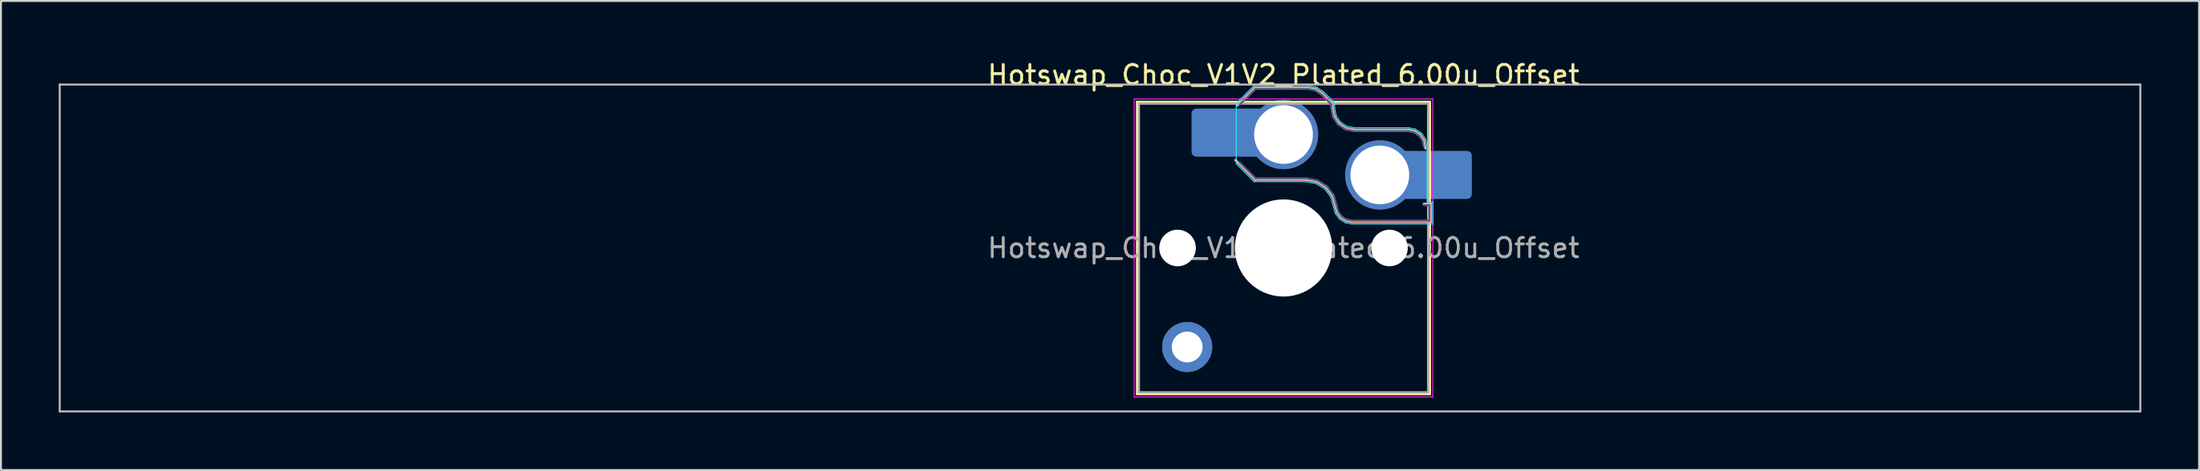
<source format=kicad_pcb>
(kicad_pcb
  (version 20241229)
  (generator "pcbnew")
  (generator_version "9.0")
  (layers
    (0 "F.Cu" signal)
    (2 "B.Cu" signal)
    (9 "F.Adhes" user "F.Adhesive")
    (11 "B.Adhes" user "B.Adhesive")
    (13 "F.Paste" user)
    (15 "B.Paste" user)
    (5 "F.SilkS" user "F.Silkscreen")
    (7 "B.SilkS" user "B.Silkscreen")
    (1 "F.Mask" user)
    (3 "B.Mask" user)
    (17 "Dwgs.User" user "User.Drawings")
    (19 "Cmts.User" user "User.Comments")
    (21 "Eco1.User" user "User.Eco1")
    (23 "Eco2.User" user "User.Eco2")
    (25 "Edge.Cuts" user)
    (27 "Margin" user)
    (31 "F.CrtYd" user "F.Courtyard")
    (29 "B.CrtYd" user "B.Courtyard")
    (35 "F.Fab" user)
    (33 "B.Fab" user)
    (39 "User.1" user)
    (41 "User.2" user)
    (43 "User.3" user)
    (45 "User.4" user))
  (footprint "Hotswap_Choc_V1V2_Plated_6.00u_Offset"
    (layer "F.Cu")
    (at 63.575 9.848)
    (property "Reference" "Hotswap_Choc_V1V2_Plated_6.00u_Offset" (at 0 -9 0) (layer "F.SilkS") (effects (font (size 1 1) (thickness 0.15))))
    (attr smd)
    (fp_line (start -7.6 -7.6) (end -7.6 7.6) (stroke (width 0.12) (type solid)) (layer "F.SilkS"))
    (fp_line (start -7.6 7.6) (end 7.6 7.6) (stroke (width 0.12) (type solid)) (layer "F.SilkS"))
    (fp_line (start 7.6 -7.6) (end -7.6 -7.6) (stroke (width 0.12) (type solid)) (layer "F.SilkS"))
    (fp_line (start 7.6 7.6) (end 7.6 -7.6) (stroke (width 0.12) (type solid)) (layer "F.SilkS"))
    (fp_line (start -2.416 -7.409) (end -1.479 -8.346) (stroke (width 0.12) (type solid)) (layer "B.SilkS"))
    (fp_line (start -1.479 -8.346) (end 1.268 -8.346) (stroke (width 0.12) (type solid)) (layer "B.SilkS"))
    (fp_line (start -1.479 -3.554) (end -2.5 -4.575) (stroke (width 0.12) (type solid)) (layer "B.SilkS"))
    (fp_line (start 1.168 -3.554) (end -1.479 -3.554) (stroke (width 0.12) (type solid)) (layer "B.SilkS"))
    (fp_line (start 1.268 -8.346) (end 1.671 -8.266) (stroke (width 0.12) (type solid)) (layer "B.SilkS"))
    (fp_line (start 1.671 -8.266) (end 2.013 -8.037) (stroke (width 0.12) (type solid)) (layer "B.SilkS"))
    (fp_line (start 1.73 -3.449) (end 1.168 -3.554) (stroke (width 0.12) (type solid)) (layer "B.SilkS"))
    (fp_line (start 2.013 -8.037) (end 2.546 -7.504) (stroke (width 0.12) (type solid)) (layer "B.SilkS"))
    (fp_line (start 2.209 -3.15) (end 1.73 -3.449) (stroke (width 0.12) (type solid)) (layer "B.SilkS"))
    (fp_line (start 2.546 -7.504) (end 2.546 -7.282) (stroke (width 0.12) (type solid)) (layer "B.SilkS"))
    (fp_line (start 2.546 -7.282) (end 2.633 -6.844) (stroke (width 0.12) (type solid)) (layer "B.SilkS"))
    (fp_line (start 2.547 -2.697) (end 2.209 -3.15) (stroke (width 0.12) (type solid)) (layer "B.SilkS"))
    (fp_line (start 2.633 -6.844) (end 2.877 -6.477) (stroke (width 0.12) (type solid)) (layer "B.SilkS"))
    (fp_line (start 2.701 -2.139) (end 2.547 -2.697) (stroke (width 0.12) (type solid)) (layer "B.SilkS"))
    (fp_line (start 2.783 -1.841) (end 2.701 -2.139) (stroke (width 0.12) (type solid)) (layer "B.SilkS"))
    (fp_line (start 2.877 -6.477) (end 3.244 -6.233) (stroke (width 0.12) (type solid)) (layer "B.SilkS"))
    (fp_line (start 2.976 -1.583) (end 2.783 -1.841) (stroke (width 0.12) (type solid)) (layer "B.SilkS"))
    (fp_line (start 3.244 -6.233) (end 3.682 -6.146) (stroke (width 0.12) (type solid)) (layer "B.SilkS"))
    (fp_line (start 3.25 -1.413) (end 2.976 -1.583) (stroke (width 0.12) (type solid)) (layer "B.SilkS"))
    (fp_line (start 3.56 -1.354) (end 3.25 -1.413) (stroke (width 0.12) (type solid)) (layer "B.SilkS"))
    (fp_line (start 3.682 -6.146) (end 6.482 -6.146) (stroke (width 0.12) (type solid)) (layer "B.SilkS"))
    (fp_line (start 6.482 -6.146) (end 6.809 -6.081) (stroke (width 0.12) (type solid)) (layer "B.SilkS"))
    (fp_line (start 6.809 -6.081) (end 7.092 -5.892) (stroke (width 0.12) (type solid)) (layer "B.SilkS"))
    (fp_line (start 7.092 -5.892) (end 7.281 -5.609) (stroke (width 0.12) (type solid)) (layer "B.SilkS"))
    (fp_line (start 7.281 -5.609) (end 7.366 -5.182) (stroke (width 0.12) (type solid)) (layer "B.SilkS"))
    (fp_line (start 7.283 -2.296) (end 7.646 -2.296) (stroke (width 0.12) (type solid)) (layer "B.SilkS"))
    (fp_line (start 7.646 -2.296) (end 7.646 -1.354) (stroke (width 0.12) (type solid)) (layer "B.SilkS"))
    (fp_line (start 7.646 -1.354) (end 3.56 -1.354) (stroke (width 0.12) (type solid)) (layer "B.SilkS"))
    (fp_line (start -63.525 -8.5) (end -63.525 8.5) (stroke (width 0.1) (type solid)) (layer "Dwgs.User"))
    (fp_line (start -63.525 8.5) (end 44.475 8.5) (stroke (width 0.1) (type solid)) (layer "Dwgs.User"))
    (fp_line (start 44.475 -8.5) (end -63.525 -8.5) (stroke (width 0.1) (type solid)) (layer "Dwgs.User"))
    (fp_line (start 44.475 8.5) (end 44.475 -8.5) (stroke (width 0.1) (type solid)) (layer "Dwgs.User"))
    (fp_line (start -7.25 -7.25) (end -7.25 7.25) (stroke (width 0.1) (type solid)) (layer "Eco1.User"))
    (fp_line (start -7.25 7.25) (end 7.25 7.25) (stroke (width 0.1) (type solid)) (layer "Eco1.User"))
    (fp_line (start 7.25 -7.25) (end -7.25 -7.25) (stroke (width 0.1) (type solid)) (layer "Eco1.User"))
    (fp_line (start 7.25 7.25) (end 7.25 -7.25) (stroke (width 0.1) (type solid)) (layer "Eco1.User"))
    (fp_line (start -2.452 -7.523) (end -1.523 -8.452) (stroke (width 0.05) (type solid)) (layer "B.CrtYd"))
    (fp_line (start -2.452 -4.377) (end -2.452 -7.523) (stroke (width 0.05) (type solid)) (layer "B.CrtYd"))
    (fp_line (start -1.523 -8.452) (end 1.278 -8.452) (stroke (width 0.05) (type solid)) (layer "B.CrtYd"))
    (fp_line (start -1.523 -3.448) (end -2.452 -4.377) (stroke (width 0.05) (type solid)) (layer "B.CrtYd"))
    (fp_line (start 1.159 -3.448) (end -1.523 -3.448) (stroke (width 0.05) (type solid)) (layer "B.CrtYd"))
    (fp_line (start 1.278 -8.452) (end 1.712 -8.366) (stroke (width 0.05) (type solid)) (layer "B.CrtYd"))
    (fp_line (start 1.691 -3.348) (end 1.159 -3.448) (stroke (width 0.05) (type solid)) (layer "B.CrtYd"))
    (fp_line (start 1.712 -8.366) (end 2.081 -8.119) (stroke (width 0.05) (type solid)) (layer "B.CrtYd"))
    (fp_line (start 2.081 -8.119) (end 2.652 -7.548) (stroke (width 0.05) (type solid)) (layer "B.CrtYd"))
    (fp_line (start 2.136 -3.071) (end 1.691 -3.348) (stroke (width 0.05) (type solid)) (layer "B.CrtYd"))
    (fp_line (start 2.45 -2.65) (end 2.136 -3.071) (stroke (width 0.05) (type solid)) (layer "B.CrtYd"))
    (fp_line (start 2.599 -2.111) (end 2.45 -2.65) (stroke (width 0.05) (type solid)) (layer "B.CrtYd"))
    (fp_line (start 2.652 -7.548) (end 2.652 -7.292) (stroke (width 0.05) (type solid)) (layer "B.CrtYd"))
    (fp_line (start 2.652 -7.292) (end 2.733 -6.885) (stroke (width 0.05) (type solid)) (layer "B.CrtYd"))
    (fp_line (start 2.687 -1.794) (end 2.599 -2.111) (stroke (width 0.05) (type solid)) (layer "B.CrtYd"))
    (fp_line (start 2.733 -6.885) (end 2.953 -6.553) (stroke (width 0.05) (type solid)) (layer "B.CrtYd"))
    (fp_line (start 2.903 -1.503) (end 2.687 -1.794) (stroke (width 0.05) (type solid)) (layer "B.CrtYd"))
    (fp_line (start 2.953 -6.553) (end 3.285 -6.333) (stroke (width 0.05) (type solid)) (layer "B.CrtYd"))
    (fp_line (start 3.211 -1.312) (end 2.903 -1.503) (stroke (width 0.05) (type solid)) (layer "B.CrtYd"))
    (fp_line (start 3.285 -6.333) (end 3.692 -6.252) (stroke (width 0.05) (type solid)) (layer "B.CrtYd"))
    (fp_line (start 3.55 -1.248) (end 3.211 -1.312) (stroke (width 0.05) (type solid)) (layer "B.CrtYd"))
    (fp_line (start 3.692 -6.252) (end 6.492 -6.252) (stroke (width 0.05) (type solid)) (layer "B.CrtYd"))
    (fp_line (start 6.492 -6.252) (end 6.85 -6.181) (stroke (width 0.05) (type solid)) (layer "B.CrtYd"))
    (fp_line (start 6.85 -6.181) (end 7.168 -5.968) (stroke (width 0.05) (type solid)) (layer "B.CrtYd"))
    (fp_line (start 7.168 -5.968) (end 7.381 -5.65) (stroke (width 0.05) (type solid)) (layer "B.CrtYd"))
    (fp_line (start 7.381 -5.65) (end 7.452 -5.292) (stroke (width 0.05) (type solid)) (layer "B.CrtYd"))
    (fp_line (start 7.452 -5.292) (end 7.452 -2.402) (stroke (width 0.05) (type solid)) (layer "B.CrtYd"))
    (fp_line (start 7.452 -2.402) (end 7.752 -2.402) (stroke (width 0.05) (type solid)) (layer "B.CrtYd"))
    (fp_line (start 7.752 -2.402) (end 7.752 -1.248) (stroke (width 0.05) (type solid)) (layer "B.CrtYd"))
    (fp_line (start 7.752 -1.248) (end 3.55 -1.248) (stroke (width 0.05) (type solid)) (layer "B.CrtYd"))
    (fp_line (start -7.75 -7.75) (end -7.75 7.75) (stroke (width 0.05) (type solid)) (layer "F.CrtYd"))
    (fp_line (start -7.75 7.75) (end 7.75 7.75) (stroke (width 0.05) (type solid)) (layer "F.CrtYd"))
    (fp_line (start 7.75 -7.75) (end -7.75 -7.75) (stroke (width 0.05) (type solid)) (layer "F.CrtYd"))
    (fp_line (start 7.75 7.75) (end 7.75 -7.75) (stroke (width 0.05) (type solid)) (layer "F.CrtYd"))
    (fp_line (start -2.275 -7.45) (end -1.45 -8.275) (stroke (width 0.1) (type solid)) (layer "B.Fab"))
    (fp_line (start -1.45 -8.275) (end 1.261 -8.275) (stroke (width 0.1) (type solid)) (layer "B.Fab"))
    (fp_line (start -1.45 -3.625) (end -2.275 -4.45) (stroke (width 0.1) (type solid)) (layer "B.Fab"))
    (fp_line (start 1.175 -3.625) (end -1.45 -3.625) (stroke (width 0.1) (type solid)) (layer "B.Fab"))
    (fp_line (start 1.261 -8.275) (end 1.643 -8.199) (stroke (width 0.1) (type solid)) (layer "B.Fab"))
    (fp_line (start 1.643 -8.199) (end 1.968 -7.982) (stroke (width 0.1) (type solid)) (layer "B.Fab"))
    (fp_line (start 1.756 -3.516) (end 1.175 -3.625) (stroke (width 0.1) (type solid)) (layer "B.Fab"))
    (fp_line (start 1.968 -7.982) (end 2.475 -7.475) (stroke (width 0.1) (type solid)) (layer "B.Fab"))
    (fp_line (start 2.258 -3.203) (end 1.756 -3.516) (stroke (width 0.1) (type solid)) (layer "B.Fab"))
    (fp_line (start 2.475 -7.475) (end 2.475 -7.275) (stroke (width 0.1) (type solid)) (layer "B.Fab"))
    (fp_line (start 2.475 -7.275) (end 2.566 -6.816) (stroke (width 0.1) (type solid)) (layer "B.Fab"))
    (fp_line (start 2.566 -6.816) (end 2.826 -6.426) (stroke (width 0.1) (type solid)) (layer "B.Fab"))
    (fp_line (start 2.612 -2.729) (end 2.258 -3.203) (stroke (width 0.1) (type solid)) (layer "B.Fab"))
    (fp_line (start 2.769 -2.158) (end 2.612 -2.729) (stroke (width 0.1) (type solid)) (layer "B.Fab"))
    (fp_line (start 2.826 -6.426) (end 3.216 -6.166) (stroke (width 0.1) (type solid)) (layer "B.Fab"))
    (fp_line (start 2.848 -1.873) (end 2.769 -2.158) (stroke (width 0.1) (type solid)) (layer "B.Fab"))
    (fp_line (start 3.025 -1.636) (end 2.848 -1.873) (stroke (width 0.1) (type solid)) (layer "B.Fab"))
    (fp_line (start 3.216 -6.166) (end 3.675 -6.075) (stroke (width 0.1) (type solid)) (layer "B.Fab"))
    (fp_line (start 3.276 -1.48) (end 3.025 -1.636) (stroke (width 0.1) (type solid)) (layer "B.Fab"))
    (fp_line (start 3.567 -1.425) (end 3.276 -1.48) (stroke (width 0.1) (type solid)) (layer "B.Fab"))
    (fp_line (start 3.675 -6.075) (end 6.475 -6.075) (stroke (width 0.1) (type solid)) (layer "B.Fab"))
    (fp_line (start 6.475 -6.075) (end 6.781 -6.014) (stroke (width 0.1) (type solid)) (layer "B.Fab"))
    (fp_line (start 6.781 -6.014) (end 7.041 -5.841) (stroke (width 0.1) (type solid)) (layer "B.Fab"))
    (fp_line (start 7.041 -5.841) (end 7.214 -5.581) (stroke (width 0.1) (type solid)) (layer "B.Fab"))
    (fp_line (start 7.214 -5.581) (end 7.275 -5.275) (stroke (width 0.1) (type solid)) (layer "B.Fab"))
    (fp_line (start 7.275 -2.225) (end 7.575 -2.225) (stroke (width 0.1) (type solid)) (layer "B.Fab"))
    (fp_line (start 7.575 -2.225) (end 7.575 -1.425) (stroke (width 0.1) (type solid)) (layer "B.Fab"))
    (fp_line (start 7.575 -1.425) (end 3.567 -1.425) (stroke (width 0.1) (type solid)) (layer "B.Fab"))
    (fp_line (start -7.5 -7.5) (end -7.5 7.5) (stroke (width 0.1) (type solid)) (layer "F.Fab"))
    (fp_line (start -7.5 7.5) (end 7.5 7.5) (stroke (width 0.1) (type solid)) (layer "F.Fab"))
    (fp_line (start 7.5 -7.5) (end -7.5 -7.5) (stroke (width 0.1) (type solid)) (layer "F.Fab"))
    (fp_line (start 7.5 7.5) (end 7.5 -7.5) (stroke (width 0.1) (type solid)) (layer "F.Fab"))
    (fp_text user "${REFERENCE}" (at 0 0 0) (layer "F.Fab") (effects (font (size 1 1) (thickness 0.15))))
    (pad "" np_thru_hole circle (at -5.5 0) (size 1.9 1.9) (drill 1.9) (layers "*.Cu" "*.Mask"))
    (pad "" thru_hole circle (at -5 5.15) (size 2.6 2.6) (drill 1.6) (layers "*.Cu" "*.Mask"))
    (pad "" smd roundrect (at -3.5 -6) (size 2.55 2.5) (layers "B.Mask" "B.Paste") (roundrect_rratio 0.1))
    (pad "" np_thru_hole circle (at 0 0) (size 5.05 5.05) (drill 5.05) (layers "*.Cu" "*.Mask"))
    (pad "" np_thru_hole circle (at 5.5 0) (size 1.9 1.9) (drill 1.9) (layers "*.Cu" "*.Mask"))
    (pad "" smd roundrect (at 8.5 -3.8) (size 2.55 2.5) (layers "B.Mask" "B.Paste") (roundrect_rratio 0.1))
    (pad "1" smd roundrect (at -2.85 -6) (size 3.85 2.5) (layers "B.Cu") (roundrect_rratio 0.1))
    (pad "1" thru_hole circle (at 0 -5.9) (size 3.6 3.6) (drill 3.05) (layers "*.Cu" "*.Mask"))
    (pad "2" thru_hole circle (at 5 -3.8) (size 3.6 3.6) (drill 3.05) (layers "*.Cu" "*.Mask"))
    (pad "2" smd roundrect (at 7.85 -3.8) (size 3.85 2.5) (layers "B.Cu") (roundrect_rratio 0.1)))
  (gr_rect
    (start -3 -3)
    (end 111.1 21.398)
    (stroke (width 0.1) (type default))
    (fill no)
    (layer "Edge.Cuts")))
</source>
